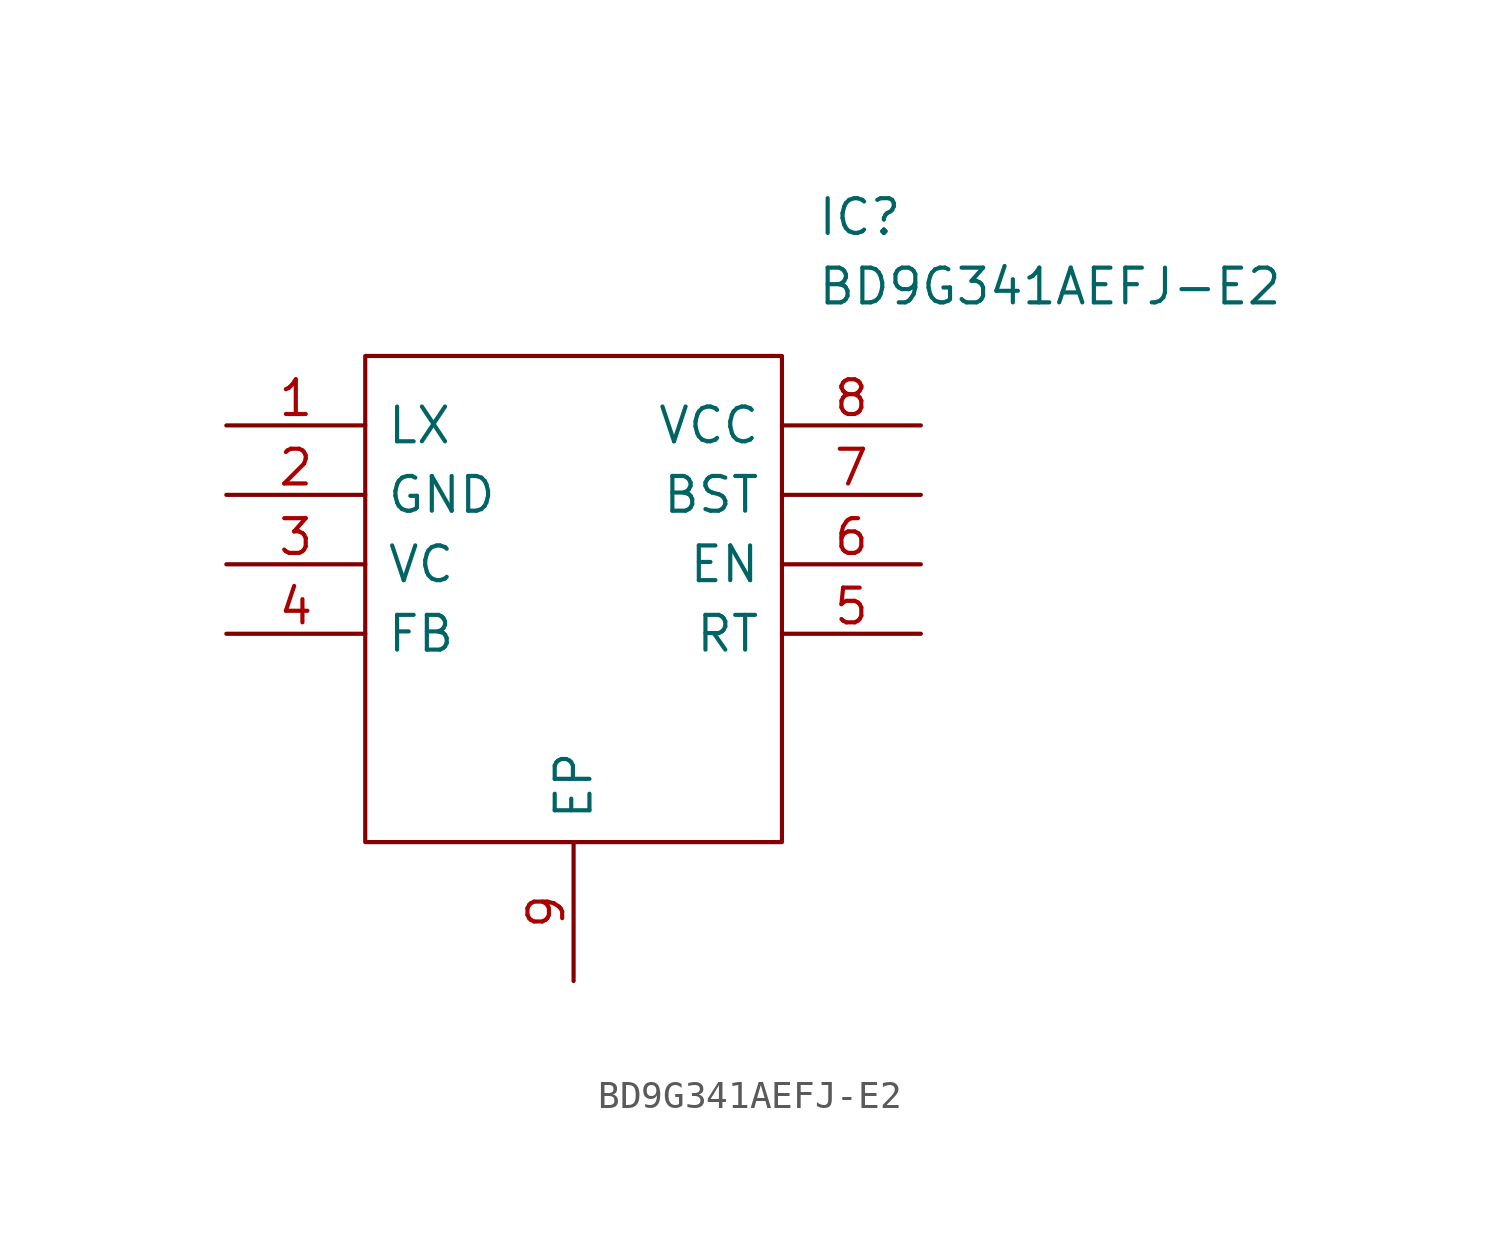
<source format=kicad_sym>
(kicad_symbol_lib
  (version 20211014)
  (generator kicad_symbol_editor)
  (symbol "BD9G341AEFJ-E2:BD9G341AEFJ-E2"
    (pin_names
      (offset 0.762))
    (property "Reference" "IC"
      (at 21.59 7.62 0)
      (effects (font (size 1.27 1.27)) (justify left)))
    (property "Value" "BD9G341AEFJ-E2"
      (at 21.59 5.08 0)
      (effects (font (size 1.27 1.27)) (justify left)))
    (symbol "BD9G341AEFJ-E2_0_0"
      (pin passive line (at 0 0 0) (length 5.08) (name "LX" (effects (font (size 1.27 1.27)))) (number "1" (effects (font (size 1.27 1.27)))))
      (pin passive line (at 0 -2.54 0) (length 5.08) (name "GND" (effects (font (size 1.27 1.27)))) (number "2" (effects (font (size 1.27 1.27)))))
      (pin passive line (at 0 -5.08 0) (length 5.08) (name "VC" (effects (font (size 1.27 1.27)))) (number "3" (effects (font (size 1.27 1.27)))))
      (pin passive line (at 0 -7.62 0) (length 5.08) (name "FB" (effects (font (size 1.27 1.27)))) (number "4" (effects (font (size 1.27 1.27)))))
      (pin passive line (at 25.4 -7.62 180) (length 5.08) (name "RT" (effects (font (size 1.27 1.27)))) (number "5" (effects (font (size 1.27 1.27)))))
      (pin passive line (at 25.4 -5.08 180) (length 5.08) (name "EN" (effects (font (size 1.27 1.27)))) (number "6" (effects (font (size 1.27 1.27)))))
      (pin passive line (at 25.4 -2.54 180) (length 5.08) (name "BST" (effects (font (size 1.27 1.27)))) (number "7" (effects (font (size 1.27 1.27)))))
      (pin passive line (at 25.4 0 180) (length 5.08) (name "VCC" (effects (font (size 1.27 1.27)))) (number "8" (effects (font (size 1.27 1.27)))))
      (pin passive line (at 12.7 -20.32 90) (length 5.08) (name "EP" (effects (font (size 1.27 1.27)))) (number "9" (effects (font (size 1.27 1.27))))))
    (symbol "BD9G341AEFJ-E2_0_1"
      (polyline (pts (xy 5.08 2.54) (xy 20.32 2.54) (xy 20.32 -15.24) (xy 5.08 -15.24) (xy 5.08 2.54)) (stroke (width 0.152) (type default) (color 0 0 0 0)) (fill (type none))))))
</source>
